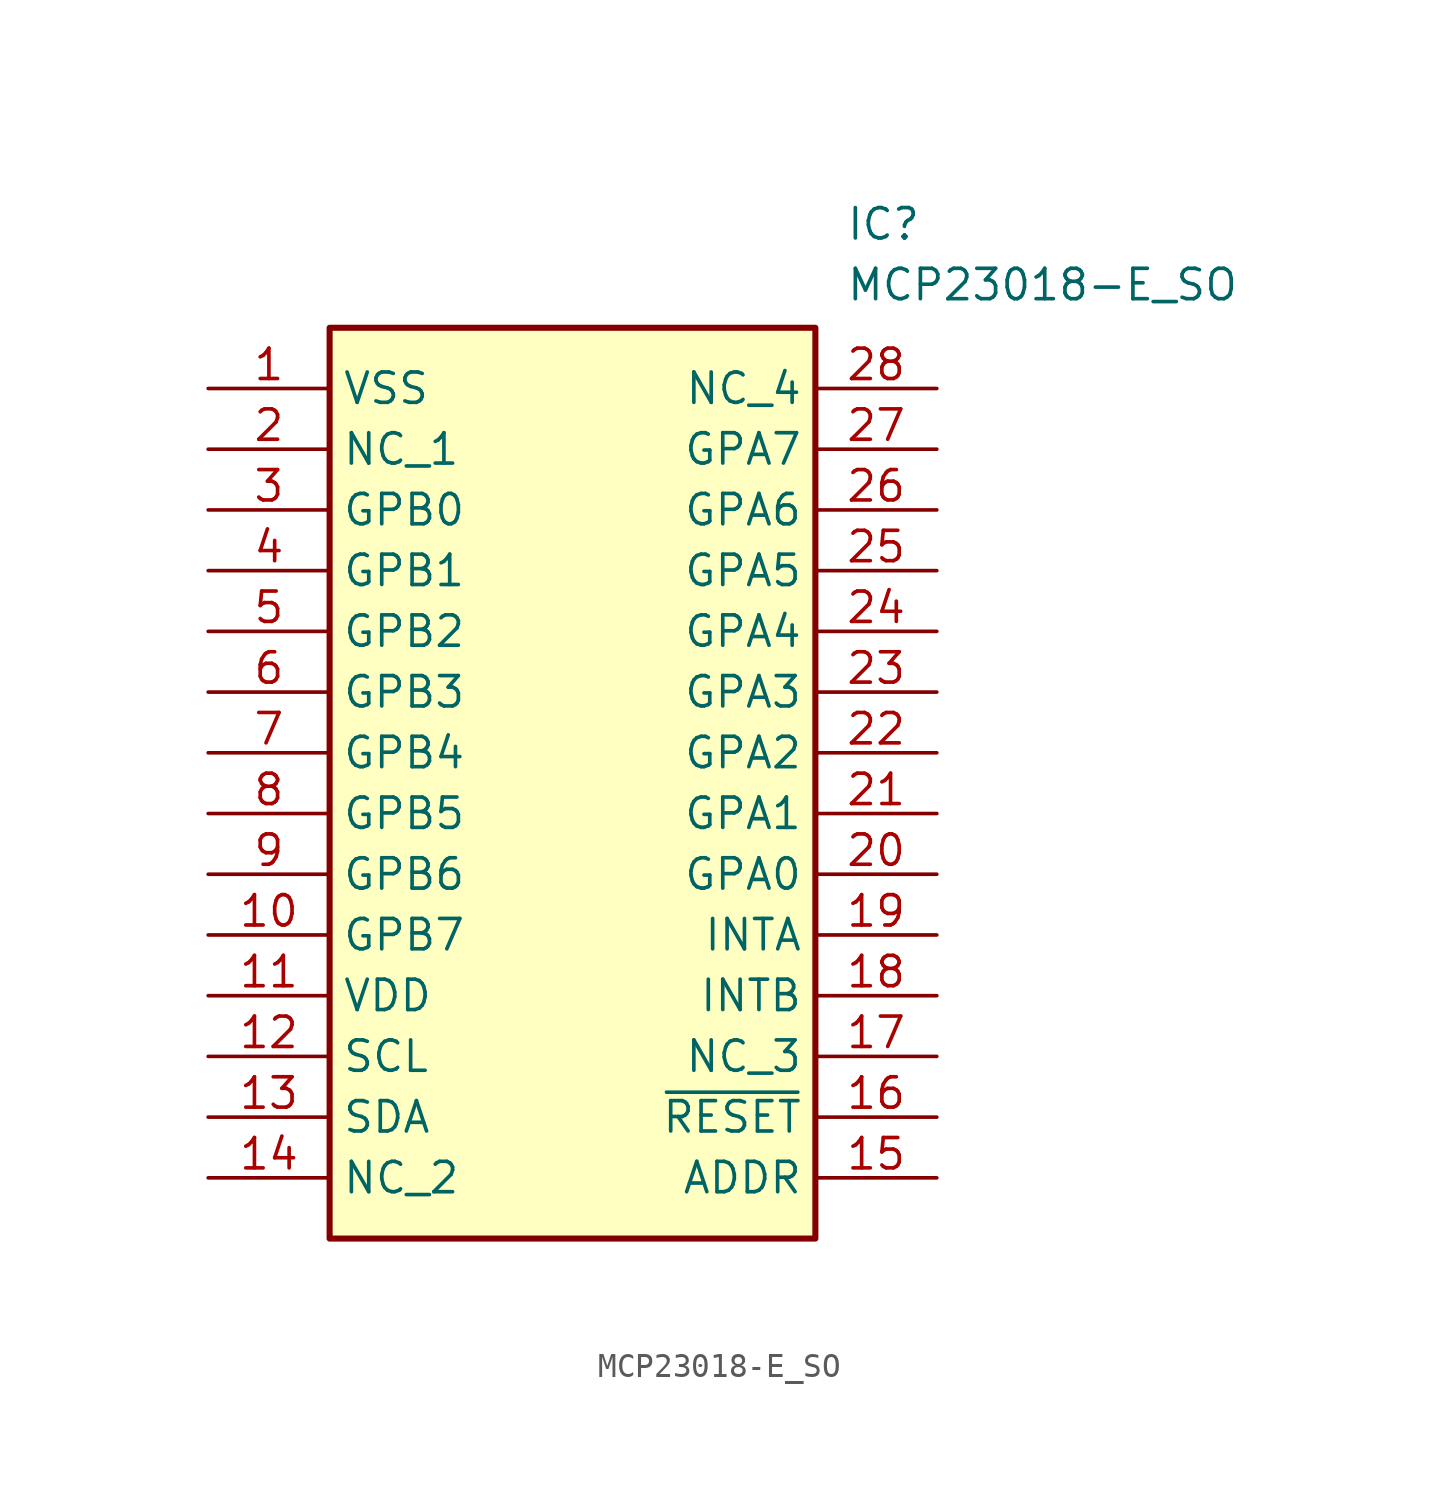
<source format=kicad_sym>
(kicad_symbol_lib
  (version 20211014)
  (generator SamacSys_ECAD_Model)
  (symbol "MCP23018-E_SO"
    (property "Reference" "IC"
      (at 26.67 7.62 0)
      (effects (font (size 1.27 1.27)) (justify left top)))
    (property "Value" "MCP23018-E_SO"
      (at 26.67 5.08 0)
      (effects (font (size 1.27 1.27)) (justify left top)))
    (rectangle
      (start 5.08 2.54)
      (end 25.4 -35.56)
      (stroke (width 0.254) (type default))
      (fill (type background)))
    (pin passive line
      (at 0 0 0)
      (length 5.08)
      (name "VSS" (effects (font (size 1.27 1.27))))
      (number "1" (effects (font (size 1.27 1.27)))))
    (pin passive line
      (at 0 -2.54 0)
      (length 5.08)
      (name "NC_1" (effects (font (size 1.27 1.27))))
      (number "2" (effects (font (size 1.27 1.27)))))
    (pin passive line
      (at 0 -5.08 0)
      (length 5.08)
      (name "GPB0" (effects (font (size 1.27 1.27))))
      (number "3" (effects (font (size 1.27 1.27)))))
    (pin passive line
      (at 0 -7.62 0)
      (length 5.08)
      (name "GPB1" (effects (font (size 1.27 1.27))))
      (number "4" (effects (font (size 1.27 1.27)))))
    (pin passive line
      (at 0 -10.16 0)
      (length 5.08)
      (name "GPB2" (effects (font (size 1.27 1.27))))
      (number "5" (effects (font (size 1.27 1.27)))))
    (pin passive line
      (at 0 -12.7 0)
      (length 5.08)
      (name "GPB3" (effects (font (size 1.27 1.27))))
      (number "6" (effects (font (size 1.27 1.27)))))
    (pin passive line
      (at 0 -15.24 0)
      (length 5.08)
      (name "GPB4" (effects (font (size 1.27 1.27))))
      (number "7" (effects (font (size 1.27 1.27)))))
    (pin passive line
      (at 0 -17.78 0)
      (length 5.08)
      (name "GPB5" (effects (font (size 1.27 1.27))))
      (number "8" (effects (font (size 1.27 1.27)))))
    (pin passive line
      (at 0 -20.32 0)
      (length 5.08)
      (name "GPB6" (effects (font (size 1.27 1.27))))
      (number "9" (effects (font (size 1.27 1.27)))))
    (pin passive line
      (at 0 -22.86 0)
      (length 5.08)
      (name "GPB7" (effects (font (size 1.27 1.27))))
      (number "10" (effects (font (size 1.27 1.27)))))
    (pin passive line
      (at 0 -25.4 0)
      (length 5.08)
      (name "VDD" (effects (font (size 1.27 1.27))))
      (number "11" (effects (font (size 1.27 1.27)))))
    (pin passive line
      (at 0 -27.94 0)
      (length 5.08)
      (name "SCL" (effects (font (size 1.27 1.27))))
      (number "12" (effects (font (size 1.27 1.27)))))
    (pin passive line
      (at 0 -30.48 0)
      (length 5.08)
      (name "SDA" (effects (font (size 1.27 1.27))))
      (number "13" (effects (font (size 1.27 1.27)))))
    (pin passive line
      (at 0 -33.02 0)
      (length 5.08)
      (name "NC_2" (effects (font (size 1.27 1.27))))
      (number "14" (effects (font (size 1.27 1.27)))))
    (pin passive line
      (at 30.48 0 180)
      (length 5.08)
      (name "NC_4" (effects (font (size 1.27 1.27))))
      (number "28" (effects (font (size 1.27 1.27)))))
    (pin passive line
      (at 30.48 -2.54 180)
      (length 5.08)
      (name "GPA7" (effects (font (size 1.27 1.27))))
      (number "27" (effects (font (size 1.27 1.27)))))
    (pin passive line
      (at 30.48 -5.08 180)
      (length 5.08)
      (name "GPA6" (effects (font (size 1.27 1.27))))
      (number "26" (effects (font (size 1.27 1.27)))))
    (pin passive line
      (at 30.48 -7.62 180)
      (length 5.08)
      (name "GPA5" (effects (font (size 1.27 1.27))))
      (number "25" (effects (font (size 1.27 1.27)))))
    (pin passive line
      (at 30.48 -10.16 180)
      (length 5.08)
      (name "GPA4" (effects (font (size 1.27 1.27))))
      (number "24" (effects (font (size 1.27 1.27)))))
    (pin passive line
      (at 30.48 -12.7 180)
      (length 5.08)
      (name "GPA3" (effects (font (size 1.27 1.27))))
      (number "23" (effects (font (size 1.27 1.27)))))
    (pin passive line
      (at 30.48 -15.24 180)
      (length 5.08)
      (name "GPA2" (effects (font (size 1.27 1.27))))
      (number "22" (effects (font (size 1.27 1.27)))))
    (pin passive line
      (at 30.48 -17.78 180)
      (length 5.08)
      (name "GPA1" (effects (font (size 1.27 1.27))))
      (number "21" (effects (font (size 1.27 1.27)))))
    (pin passive line
      (at 30.48 -20.32 180)
      (length 5.08)
      (name "GPA0" (effects (font (size 1.27 1.27))))
      (number "20" (effects (font (size 1.27 1.27)))))
    (pin passive line
      (at 30.48 -22.86 180)
      (length 5.08)
      (name "INTA" (effects (font (size 1.27 1.27))))
      (number "19" (effects (font (size 1.27 1.27)))))
    (pin passive line
      (at 30.48 -25.4 180)
      (length 5.08)
      (name "INTB" (effects (font (size 1.27 1.27))))
      (number "18" (effects (font (size 1.27 1.27)))))
    (pin passive line
      (at 30.48 -27.94 180)
      (length 5.08)
      (name "NC_3" (effects (font (size 1.27 1.27))))
      (number "17" (effects (font (size 1.27 1.27)))))
    (pin passive line
      (at 30.48 -30.48 180)
      (length 5.08)
      (name "~{RESET}" (effects (font (size 1.27 1.27))))
      (number "16" (effects (font (size 1.27 1.27)))))
    (pin passive line
      (at 30.48 -33.02 180)
      (length 5.08)
      (name "ADDR" (effects (font (size 1.27 1.27))))
      (number "15" (effects (font (size 1.27 1.27)))))))
</source>
